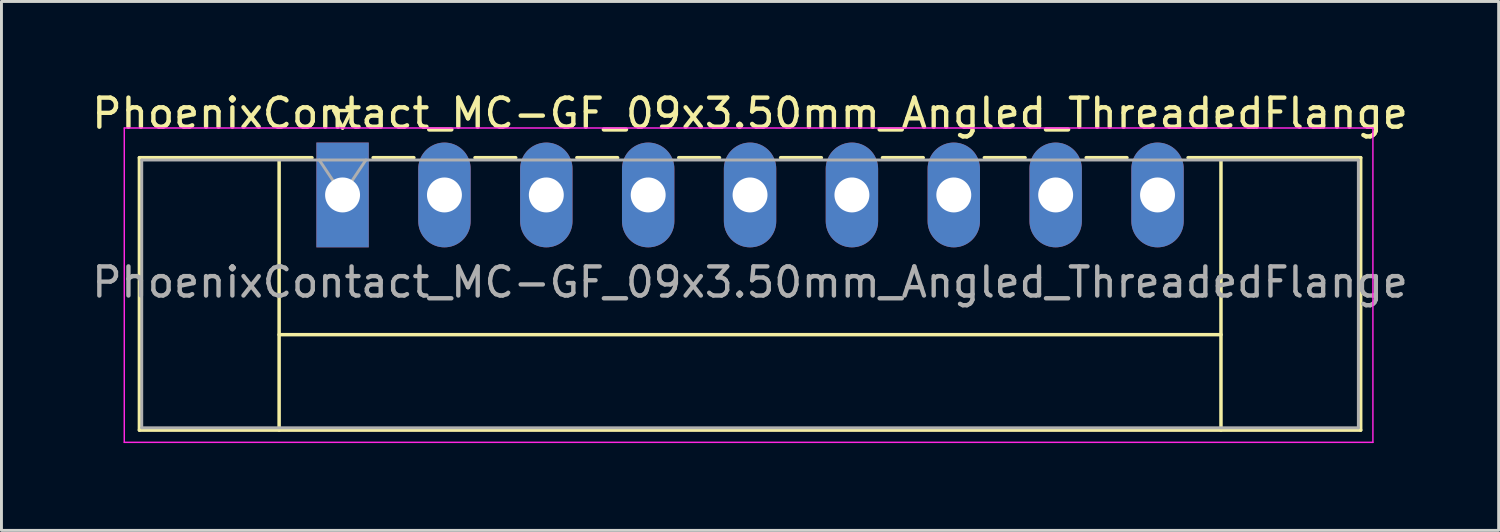
<source format=kicad_pcb>
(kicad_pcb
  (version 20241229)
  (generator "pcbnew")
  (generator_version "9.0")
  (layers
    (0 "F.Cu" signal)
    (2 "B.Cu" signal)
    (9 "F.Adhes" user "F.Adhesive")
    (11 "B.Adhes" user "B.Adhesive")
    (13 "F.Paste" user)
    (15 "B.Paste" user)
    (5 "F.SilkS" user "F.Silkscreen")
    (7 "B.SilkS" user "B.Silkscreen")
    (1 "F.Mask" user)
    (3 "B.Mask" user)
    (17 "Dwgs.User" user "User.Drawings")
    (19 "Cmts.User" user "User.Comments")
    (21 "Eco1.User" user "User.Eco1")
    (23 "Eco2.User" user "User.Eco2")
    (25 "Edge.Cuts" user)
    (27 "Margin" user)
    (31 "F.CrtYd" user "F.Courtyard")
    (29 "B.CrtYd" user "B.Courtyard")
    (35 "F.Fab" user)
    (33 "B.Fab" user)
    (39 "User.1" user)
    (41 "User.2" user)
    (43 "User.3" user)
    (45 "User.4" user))
  (footprint "PhoenixContact_MC-GF_09x3.50mm_Angled_ThreadedFlange"
    (layer "F.Cu")
    (at 8.72 3.648)
    (property "Reference" "PhoenixContact_MC-GF_09x3.50mm_Angled_ThreadedFlange" (at 14 -2.8 0) (layer "F.SilkS") (effects (font (size 1 1) (thickness 0.15))))
    (attr through_hole)
    (fp_line (start -6.98 -1.28) (end -6.98 8.08) (stroke (width 0.12) (type solid)) (layer "F.SilkS"))
    (fp_line (start -6.98 -1.28) (end -1.05 -1.28) (stroke (width 0.12) (type solid)) (layer "F.SilkS"))
    (fp_line (start -6.98 8.08) (end 34.98 8.08) (stroke (width 0.12) (type solid)) (layer "F.SilkS"))
    (fp_line (start -2.18 -1.28) (end -2.18 8.08) (stroke (width 0.12) (type solid)) (layer "F.SilkS"))
    (fp_line (start -2.18 4.8) (end 30.18 4.8) (stroke (width 0.12) (type solid)) (layer "F.SilkS"))
    (fp_line (start -0.3 -2.9) (end 0.3 -2.9) (stroke (width 0.12) (type solid)) (layer "F.SilkS"))
    (fp_line (start 0 -2.3) (end -0.3 -2.9) (stroke (width 0.12) (type solid)) (layer "F.SilkS"))
    (fp_line (start 0.3 -2.9) (end 0 -2.3) (stroke (width 0.12) (type solid)) (layer "F.SilkS"))
    (fp_line (start 1.05 -1.28) (end 2.45 -1.28) (stroke (width 0.12) (type solid)) (layer "F.SilkS"))
    (fp_line (start 4.55 -1.28) (end 5.95 -1.28) (stroke (width 0.12) (type solid)) (layer "F.SilkS"))
    (fp_line (start 8.05 -1.28) (end 9.45 -1.28) (stroke (width 0.12) (type solid)) (layer "F.SilkS"))
    (fp_line (start 11.55 -1.28) (end 12.95 -1.28) (stroke (width 0.12) (type solid)) (layer "F.SilkS"))
    (fp_line (start 15.05 -1.28) (end 16.45 -1.28) (stroke (width 0.12) (type solid)) (layer "F.SilkS"))
    (fp_line (start 18.55 -1.28) (end 19.95 -1.28) (stroke (width 0.12) (type solid)) (layer "F.SilkS"))
    (fp_line (start 22.05 -1.28) (end 23.45 -1.28) (stroke (width 0.12) (type solid)) (layer "F.SilkS"))
    (fp_line (start 25.55 -1.28) (end 26.95 -1.28) (stroke (width 0.12) (type solid)) (layer "F.SilkS"))
    (fp_line (start 30.18 -1.28) (end 30.18 8.08) (stroke (width 0.12) (type solid)) (layer "F.SilkS"))
    (fp_line (start 34.98 -1.28) (end 29.05 -1.28) (stroke (width 0.12) (type solid)) (layer "F.SilkS"))
    (fp_line (start 34.98 8.08) (end 34.98 -1.28) (stroke (width 0.12) (type solid)) (layer "F.SilkS"))
    (fp_line (start -7.5 -2.3) (end -7.5 8.5) (stroke (width 0.05) (type solid)) (layer "F.CrtYd"))
    (fp_line (start -7.5 8.5) (end 35.4 8.5) (stroke (width 0.05) (type solid)) (layer "F.CrtYd"))
    (fp_line (start 35.4 -2.3) (end -7.5 -2.3) (stroke (width 0.05) (type solid)) (layer "F.CrtYd"))
    (fp_line (start 35.4 8.5) (end 35.4 -2.3) (stroke (width 0.05) (type solid)) (layer "F.CrtYd"))
    (fp_line (start -6.9 -1.2) (end -6.9 8) (stroke (width 0.1) (type solid)) (layer "F.Fab"))
    (fp_line (start -6.9 8) (end 34.9 8) (stroke (width 0.1) (type solid)) (layer "F.Fab"))
    (fp_line (start 0 0) (end -0.8 -1.2) (stroke (width 0.1) (type solid)) (layer "F.Fab"))
    (fp_line (start 0.8 -1.2) (end 0 0) (stroke (width 0.1) (type solid)) (layer "F.Fab"))
    (fp_line (start 34.9 -1.2) (end -6.9 -1.2) (stroke (width 0.1) (type solid)) (layer "F.Fab"))
    (fp_line (start 34.9 8) (end 34.9 -1.2) (stroke (width 0.1) (type solid)) (layer "F.Fab"))
    (fp_text user "${REFERENCE}" (at 14 3 0) (layer "F.Fab") (effects (font (size 1 1) (thickness 0.15))))
    (pad "1" thru_hole rect (at 0 0) (size 1.8 3.6) (drill 1.2) (layers "*.Cu" "*.Mask"))
    (pad "2" thru_hole oval (at 3.5 0) (size 1.8 3.6) (drill 1.2) (layers "*.Cu" "*.Mask"))
    (pad "3" thru_hole oval (at 7 0) (size 1.8 3.6) (drill 1.2) (layers "*.Cu" "*.Mask"))
    (pad "4" thru_hole oval (at 10.5 0) (size 1.8 3.6) (drill 1.2) (layers "*.Cu" "*.Mask"))
    (pad "5" thru_hole oval (at 14 0) (size 1.8 3.6) (drill 1.2) (layers "*.Cu" "*.Mask"))
    (pad "6" thru_hole oval (at 17.5 0) (size 1.8 3.6) (drill 1.2) (layers "*.Cu" "*.Mask"))
    (pad "7" thru_hole oval (at 21 0) (size 1.8 3.6) (drill 1.2) (layers "*.Cu" "*.Mask"))
    (pad "8" thru_hole oval (at 24.5 0) (size 1.8 3.6) (drill 1.2) (layers "*.Cu" "*.Mask"))
    (pad "9" thru_hole oval (at 28 0) (size 1.8 3.6) (drill 1.2) (layers "*.Cu" "*.Mask")))
  (gr_rect
    (start -3 -3)
    (end 48.44 15.173)
    (stroke (width 0.1) (type default))
    (fill no)
    (layer "Edge.Cuts")))
</source>
